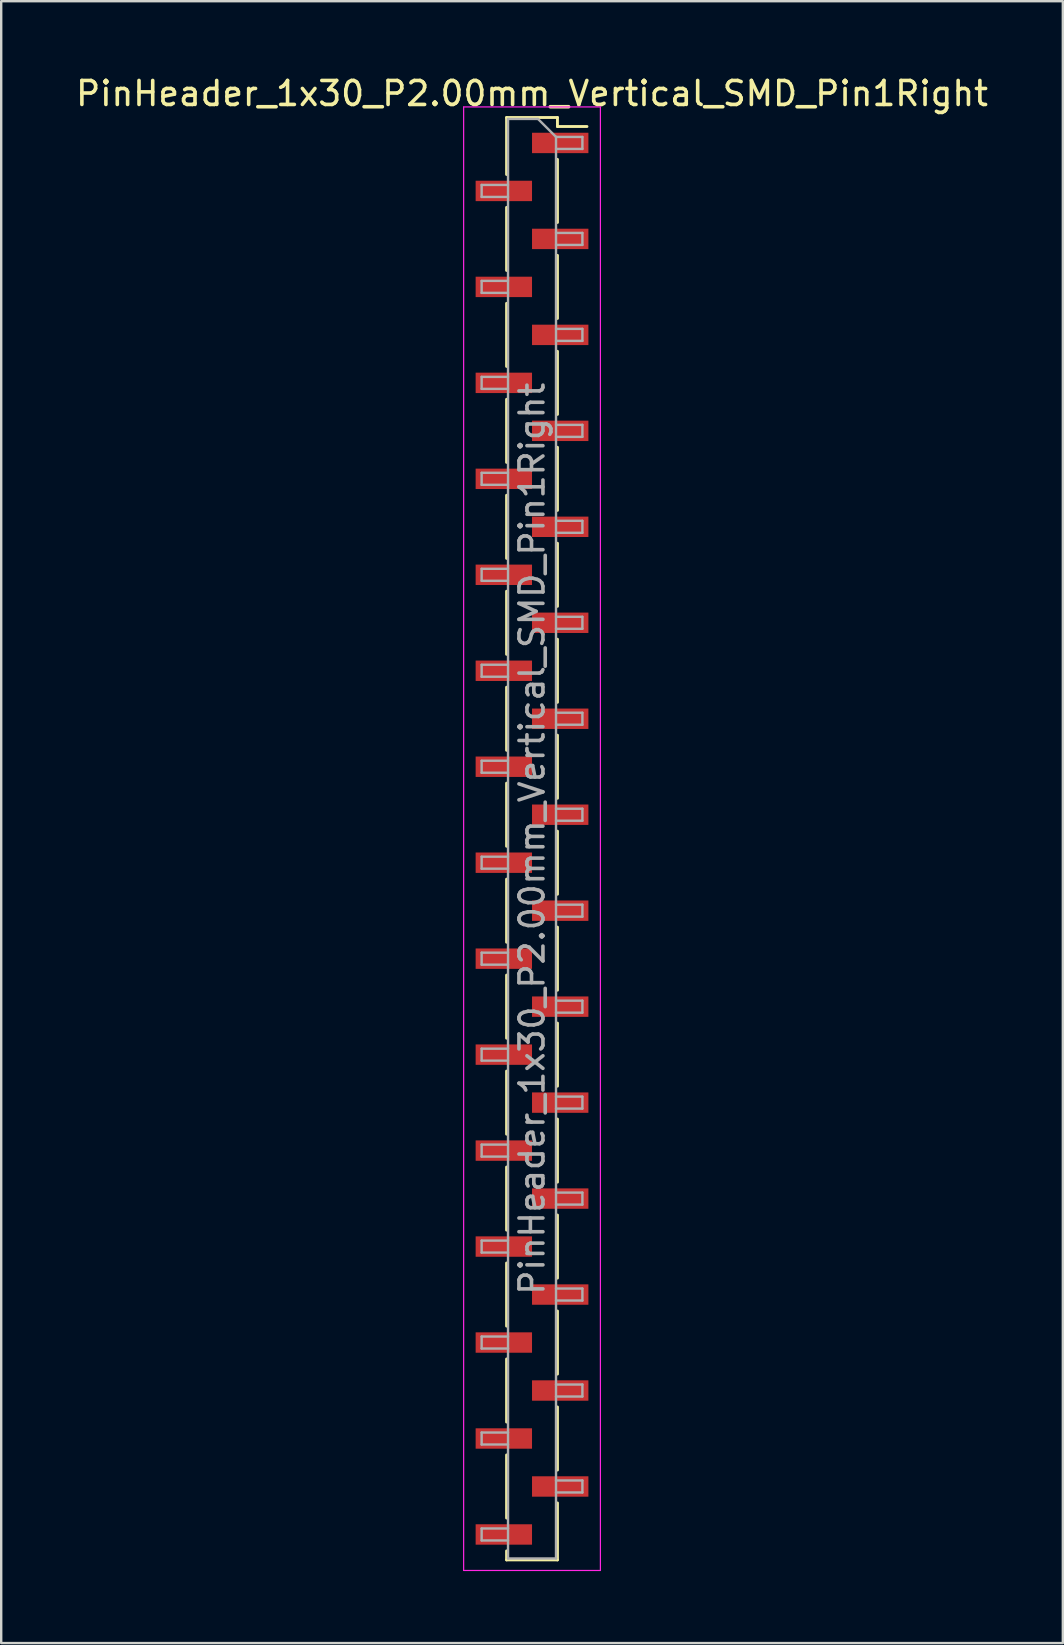
<source format=kicad_pcb>
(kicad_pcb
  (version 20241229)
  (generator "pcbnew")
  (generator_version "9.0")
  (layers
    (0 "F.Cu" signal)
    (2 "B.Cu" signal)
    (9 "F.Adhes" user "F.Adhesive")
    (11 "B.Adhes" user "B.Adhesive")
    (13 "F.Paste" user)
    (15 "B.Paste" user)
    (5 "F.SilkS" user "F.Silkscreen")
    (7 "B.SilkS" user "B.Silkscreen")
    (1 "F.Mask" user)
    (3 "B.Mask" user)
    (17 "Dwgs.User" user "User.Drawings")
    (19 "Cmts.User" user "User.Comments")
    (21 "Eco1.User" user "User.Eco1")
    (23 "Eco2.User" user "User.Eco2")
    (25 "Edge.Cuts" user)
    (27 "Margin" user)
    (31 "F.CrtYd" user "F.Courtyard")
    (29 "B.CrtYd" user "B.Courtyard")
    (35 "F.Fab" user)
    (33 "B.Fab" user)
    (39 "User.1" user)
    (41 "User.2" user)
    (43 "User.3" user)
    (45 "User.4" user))
  (footprint "PinHeader_1x30_P2.00mm_Vertical_SMD_Pin1Right"
    (layer "F.Cu")
    (at 19.125 31.908)
    (property "Reference" "PinHeader_1x30_P2.00mm_Vertical_SMD_Pin1Right" (at 0 -31.06 0) (layer "F.SilkS") (effects (font (size 1 1) (thickness 0.15))))
    (attr smd)
    (fp_line (start -1.06 -30.06) (end -1.06 -27.685) (stroke (width 0.12) (type solid)) (layer "F.SilkS"))
    (fp_line (start -1.06 -30.06) (end 1.06 -30.06) (stroke (width 0.12) (type solid)) (layer "F.SilkS"))
    (fp_line (start -1.06 -26.315) (end -1.06 -23.685) (stroke (width 0.12) (type solid)) (layer "F.SilkS"))
    (fp_line (start -1.06 -22.315) (end -1.06 -19.685) (stroke (width 0.12) (type solid)) (layer "F.SilkS"))
    (fp_line (start -1.06 -18.315) (end -1.06 -15.685) (stroke (width 0.12) (type solid)) (layer "F.SilkS"))
    (fp_line (start -1.06 -14.315) (end -1.06 -11.685) (stroke (width 0.12) (type solid)) (layer "F.SilkS"))
    (fp_line (start -1.06 -10.315) (end -1.06 -7.685) (stroke (width 0.12) (type solid)) (layer "F.SilkS"))
    (fp_line (start -1.06 -6.315) (end -1.06 -3.685) (stroke (width 0.12) (type solid)) (layer "F.SilkS"))
    (fp_line (start -1.06 -2.315) (end -1.06 0.315) (stroke (width 0.12) (type solid)) (layer "F.SilkS"))
    (fp_line (start -1.06 1.685) (end -1.06 4.315) (stroke (width 0.12) (type solid)) (layer "F.SilkS"))
    (fp_line (start -1.06 5.685) (end -1.06 8.315) (stroke (width 0.12) (type solid)) (layer "F.SilkS"))
    (fp_line (start -1.06 9.685) (end -1.06 12.315) (stroke (width 0.12) (type solid)) (layer "F.SilkS"))
    (fp_line (start -1.06 13.685) (end -1.06 16.315) (stroke (width 0.12) (type solid)) (layer "F.SilkS"))
    (fp_line (start -1.06 17.685) (end -1.06 20.315) (stroke (width 0.12) (type solid)) (layer "F.SilkS"))
    (fp_line (start -1.06 21.685) (end -1.06 24.315) (stroke (width 0.12) (type solid)) (layer "F.SilkS"))
    (fp_line (start -1.06 25.685) (end -1.06 28.315) (stroke (width 0.12) (type solid)) (layer "F.SilkS"))
    (fp_line (start -1.06 29.685) (end -1.06 30.06) (stroke (width 0.12) (type solid)) (layer "F.SilkS"))
    (fp_line (start -1.06 30.06) (end 1.06 30.06) (stroke (width 0.12) (type solid)) (layer "F.SilkS"))
    (fp_line (start 1.06 -30.06) (end 1.06 -29.685) (stroke (width 0.12) (type solid)) (layer "F.SilkS"))
    (fp_line (start 1.06 -29.685) (end 2.29 -29.685) (stroke (width 0.12) (type solid)) (layer "F.SilkS"))
    (fp_line (start 1.06 -28.315) (end 1.06 -25.685) (stroke (width 0.12) (type solid)) (layer "F.SilkS"))
    (fp_line (start 1.06 -24.315) (end 1.06 -21.685) (stroke (width 0.12) (type solid)) (layer "F.SilkS"))
    (fp_line (start 1.06 -20.315) (end 1.06 -17.685) (stroke (width 0.12) (type solid)) (layer "F.SilkS"))
    (fp_line (start 1.06 -16.315) (end 1.06 -13.685) (stroke (width 0.12) (type solid)) (layer "F.SilkS"))
    (fp_line (start 1.06 -12.315) (end 1.06 -9.685) (stroke (width 0.12) (type solid)) (layer "F.SilkS"))
    (fp_line (start 1.06 -8.315) (end 1.06 -5.685) (stroke (width 0.12) (type solid)) (layer "F.SilkS"))
    (fp_line (start 1.06 -4.315) (end 1.06 -1.685) (stroke (width 0.12) (type solid)) (layer "F.SilkS"))
    (fp_line (start 1.06 -0.315) (end 1.06 2.315) (stroke (width 0.12) (type solid)) (layer "F.SilkS"))
    (fp_line (start 1.06 3.685) (end 1.06 6.315) (stroke (width 0.12) (type solid)) (layer "F.SilkS"))
    (fp_line (start 1.06 7.685) (end 1.06 10.315) (stroke (width 0.12) (type solid)) (layer "F.SilkS"))
    (fp_line (start 1.06 11.685) (end 1.06 14.315) (stroke (width 0.12) (type solid)) (layer "F.SilkS"))
    (fp_line (start 1.06 15.685) (end 1.06 18.315) (stroke (width 0.12) (type solid)) (layer "F.SilkS"))
    (fp_line (start 1.06 19.685) (end 1.06 22.315) (stroke (width 0.12) (type solid)) (layer "F.SilkS"))
    (fp_line (start 1.06 23.685) (end 1.06 26.315) (stroke (width 0.12) (type solid)) (layer "F.SilkS"))
    (fp_line (start 1.06 27.685) (end 1.06 30.06) (stroke (width 0.12) (type solid)) (layer "F.SilkS"))
    (fp_line (start -2.85 -30.5) (end -2.85 30.5) (stroke (width 0.05) (type solid)) (layer "F.CrtYd"))
    (fp_line (start -2.85 30.5) (end 2.85 30.5) (stroke (width 0.05) (type solid)) (layer "F.CrtYd"))
    (fp_line (start 2.85 -30.5) (end -2.85 -30.5) (stroke (width 0.05) (type solid)) (layer "F.CrtYd"))
    (fp_line (start 2.85 30.5) (end 2.85 -30.5) (stroke (width 0.05) (type solid)) (layer "F.CrtYd"))
    (fp_line (start -2.1 -27.25) (end -2.1 -26.75) (stroke (width 0.1) (type solid)) (layer "F.Fab"))
    (fp_line (start -2.1 -26.75) (end -1 -26.75) (stroke (width 0.1) (type solid)) (layer "F.Fab"))
    (fp_line (start -2.1 -23.25) (end -2.1 -22.75) (stroke (width 0.1) (type solid)) (layer "F.Fab"))
    (fp_line (start -2.1 -22.75) (end -1 -22.75) (stroke (width 0.1) (type solid)) (layer "F.Fab"))
    (fp_line (start -2.1 -19.25) (end -2.1 -18.75) (stroke (width 0.1) (type solid)) (layer "F.Fab"))
    (fp_line (start -2.1 -18.75) (end -1 -18.75) (stroke (width 0.1) (type solid)) (layer "F.Fab"))
    (fp_line (start -2.1 -15.25) (end -2.1 -14.75) (stroke (width 0.1) (type solid)) (layer "F.Fab"))
    (fp_line (start -2.1 -14.75) (end -1 -14.75) (stroke (width 0.1) (type solid)) (layer "F.Fab"))
    (fp_line (start -2.1 -11.25) (end -2.1 -10.75) (stroke (width 0.1) (type solid)) (layer "F.Fab"))
    (fp_line (start -2.1 -10.75) (end -1 -10.75) (stroke (width 0.1) (type solid)) (layer "F.Fab"))
    (fp_line (start -2.1 -7.25) (end -2.1 -6.75) (stroke (width 0.1) (type solid)) (layer "F.Fab"))
    (fp_line (start -2.1 -6.75) (end -1 -6.75) (stroke (width 0.1) (type solid)) (layer "F.Fab"))
    (fp_line (start -2.1 -3.25) (end -2.1 -2.75) (stroke (width 0.1) (type solid)) (layer "F.Fab"))
    (fp_line (start -2.1 -2.75) (end -1 -2.75) (stroke (width 0.1) (type solid)) (layer "F.Fab"))
    (fp_line (start -2.1 0.75) (end -2.1 1.25) (stroke (width 0.1) (type solid)) (layer "F.Fab"))
    (fp_line (start -2.1 1.25) (end -1 1.25) (stroke (width 0.1) (type solid)) (layer "F.Fab"))
    (fp_line (start -2.1 4.75) (end -2.1 5.25) (stroke (width 0.1) (type solid)) (layer "F.Fab"))
    (fp_line (start -2.1 5.25) (end -1 5.25) (stroke (width 0.1) (type solid)) (layer "F.Fab"))
    (fp_line (start -2.1 8.75) (end -2.1 9.25) (stroke (width 0.1) (type solid)) (layer "F.Fab"))
    (fp_line (start -2.1 9.25) (end -1 9.25) (stroke (width 0.1) (type solid)) (layer "F.Fab"))
    (fp_line (start -2.1 12.75) (end -2.1 13.25) (stroke (width 0.1) (type solid)) (layer "F.Fab"))
    (fp_line (start -2.1 13.25) (end -1 13.25) (stroke (width 0.1) (type solid)) (layer "F.Fab"))
    (fp_line (start -2.1 16.75) (end -2.1 17.25) (stroke (width 0.1) (type solid)) (layer "F.Fab"))
    (fp_line (start -2.1 17.25) (end -1 17.25) (stroke (width 0.1) (type solid)) (layer "F.Fab"))
    (fp_line (start -2.1 20.75) (end -2.1 21.25) (stroke (width 0.1) (type solid)) (layer "F.Fab"))
    (fp_line (start -2.1 21.25) (end -1 21.25) (stroke (width 0.1) (type solid)) (layer "F.Fab"))
    (fp_line (start -2.1 24.75) (end -2.1 25.25) (stroke (width 0.1) (type solid)) (layer "F.Fab"))
    (fp_line (start -2.1 25.25) (end -1 25.25) (stroke (width 0.1) (type solid)) (layer "F.Fab"))
    (fp_line (start -2.1 28.75) (end -2.1 29.25) (stroke (width 0.1) (type solid)) (layer "F.Fab"))
    (fp_line (start -2.1 29.25) (end -1 29.25) (stroke (width 0.1) (type solid)) (layer "F.Fab"))
    (fp_line (start -1 -30) (end -1 30) (stroke (width 0.1) (type solid)) (layer "F.Fab"))
    (fp_line (start -1 -30) (end 0.25 -30) (stroke (width 0.1) (type solid)) (layer "F.Fab"))
    (fp_line (start -1 -27.25) (end -2.1 -27.25) (stroke (width 0.1) (type solid)) (layer "F.Fab"))
    (fp_line (start -1 -23.25) (end -2.1 -23.25) (stroke (width 0.1) (type solid)) (layer "F.Fab"))
    (fp_line (start -1 -19.25) (end -2.1 -19.25) (stroke (width 0.1) (type solid)) (layer "F.Fab"))
    (fp_line (start -1 -15.25) (end -2.1 -15.25) (stroke (width 0.1) (type solid)) (layer "F.Fab"))
    (fp_line (start -1 -11.25) (end -2.1 -11.25) (stroke (width 0.1) (type solid)) (layer "F.Fab"))
    (fp_line (start -1 -7.25) (end -2.1 -7.25) (stroke (width 0.1) (type solid)) (layer "F.Fab"))
    (fp_line (start -1 -3.25) (end -2.1 -3.25) (stroke (width 0.1) (type solid)) (layer "F.Fab"))
    (fp_line (start -1 0.75) (end -2.1 0.75) (stroke (width 0.1) (type solid)) (layer "F.Fab"))
    (fp_line (start -1 4.75) (end -2.1 4.75) (stroke (width 0.1) (type solid)) (layer "F.Fab"))
    (fp_line (start -1 8.75) (end -2.1 8.75) (stroke (width 0.1) (type solid)) (layer "F.Fab"))
    (fp_line (start -1 12.75) (end -2.1 12.75) (stroke (width 0.1) (type solid)) (layer "F.Fab"))
    (fp_line (start -1 16.75) (end -2.1 16.75) (stroke (width 0.1) (type solid)) (layer "F.Fab"))
    (fp_line (start -1 20.75) (end -2.1 20.75) (stroke (width 0.1) (type solid)) (layer "F.Fab"))
    (fp_line (start -1 24.75) (end -2.1 24.75) (stroke (width 0.1) (type solid)) (layer "F.Fab"))
    (fp_line (start -1 28.75) (end -2.1 28.75) (stroke (width 0.1) (type solid)) (layer "F.Fab"))
    (fp_line (start 1 -29.25) (end 0.25 -30) (stroke (width 0.1) (type solid)) (layer "F.Fab"))
    (fp_line (start 1 -29.25) (end 2.1 -29.25) (stroke (width 0.1) (type solid)) (layer "F.Fab"))
    (fp_line (start 1 -25.25) (end 2.1 -25.25) (stroke (width 0.1) (type solid)) (layer "F.Fab"))
    (fp_line (start 1 -21.25) (end 2.1 -21.25) (stroke (width 0.1) (type solid)) (layer "F.Fab"))
    (fp_line (start 1 -17.25) (end 2.1 -17.25) (stroke (width 0.1) (type solid)) (layer "F.Fab"))
    (fp_line (start 1 -13.25) (end 2.1 -13.25) (stroke (width 0.1) (type solid)) (layer "F.Fab"))
    (fp_line (start 1 -9.25) (end 2.1 -9.25) (stroke (width 0.1) (type solid)) (layer "F.Fab"))
    (fp_line (start 1 -5.25) (end 2.1 -5.25) (stroke (width 0.1) (type solid)) (layer "F.Fab"))
    (fp_line (start 1 -1.25) (end 2.1 -1.25) (stroke (width 0.1) (type solid)) (layer "F.Fab"))
    (fp_line (start 1 2.75) (end 2.1 2.75) (stroke (width 0.1) (type solid)) (layer "F.Fab"))
    (fp_line (start 1 6.75) (end 2.1 6.75) (stroke (width 0.1) (type solid)) (layer "F.Fab"))
    (fp_line (start 1 10.75) (end 2.1 10.75) (stroke (width 0.1) (type solid)) (layer "F.Fab"))
    (fp_line (start 1 14.75) (end 2.1 14.75) (stroke (width 0.1) (type solid)) (layer "F.Fab"))
    (fp_line (start 1 18.75) (end 2.1 18.75) (stroke (width 0.1) (type solid)) (layer "F.Fab"))
    (fp_line (start 1 22.75) (end 2.1 22.75) (stroke (width 0.1) (type solid)) (layer "F.Fab"))
    (fp_line (start 1 26.75) (end 2.1 26.75) (stroke (width 0.1) (type solid)) (layer "F.Fab"))
    (fp_line (start 1 30) (end -1 30) (stroke (width 0.1) (type solid)) (layer "F.Fab"))
    (fp_line (start 1 30) (end 1 -29.25) (stroke (width 0.1) (type solid)) (layer "F.Fab"))
    (fp_line (start 2.1 -29.25) (end 2.1 -28.75) (stroke (width 0.1) (type solid)) (layer "F.Fab"))
    (fp_line (start 2.1 -28.75) (end 1 -28.75) (stroke (width 0.1) (type solid)) (layer "F.Fab"))
    (fp_line (start 2.1 -25.25) (end 2.1 -24.75) (stroke (width 0.1) (type solid)) (layer "F.Fab"))
    (fp_line (start 2.1 -24.75) (end 1 -24.75) (stroke (width 0.1) (type solid)) (layer "F.Fab"))
    (fp_line (start 2.1 -21.25) (end 2.1 -20.75) (stroke (width 0.1) (type solid)) (layer "F.Fab"))
    (fp_line (start 2.1 -20.75) (end 1 -20.75) (stroke (width 0.1) (type solid)) (layer "F.Fab"))
    (fp_line (start 2.1 -17.25) (end 2.1 -16.75) (stroke (width 0.1) (type solid)) (layer "F.Fab"))
    (fp_line (start 2.1 -16.75) (end 1 -16.75) (stroke (width 0.1) (type solid)) (layer "F.Fab"))
    (fp_line (start 2.1 -13.25) (end 2.1 -12.75) (stroke (width 0.1) (type solid)) (layer "F.Fab"))
    (fp_line (start 2.1 -12.75) (end 1 -12.75) (stroke (width 0.1) (type solid)) (layer "F.Fab"))
    (fp_line (start 2.1 -9.25) (end 2.1 -8.75) (stroke (width 0.1) (type solid)) (layer "F.Fab"))
    (fp_line (start 2.1 -8.75) (end 1 -8.75) (stroke (width 0.1) (type solid)) (layer "F.Fab"))
    (fp_line (start 2.1 -5.25) (end 2.1 -4.75) (stroke (width 0.1) (type solid)) (layer "F.Fab"))
    (fp_line (start 2.1 -4.75) (end 1 -4.75) (stroke (width 0.1) (type solid)) (layer "F.Fab"))
    (fp_line (start 2.1 -1.25) (end 2.1 -0.75) (stroke (width 0.1) (type solid)) (layer "F.Fab"))
    (fp_line (start 2.1 -0.75) (end 1 -0.75) (stroke (width 0.1) (type solid)) (layer "F.Fab"))
    (fp_line (start 2.1 2.75) (end 2.1 3.25) (stroke (width 0.1) (type solid)) (layer "F.Fab"))
    (fp_line (start 2.1 3.25) (end 1 3.25) (stroke (width 0.1) (type solid)) (layer "F.Fab"))
    (fp_line (start 2.1 6.75) (end 2.1 7.25) (stroke (width 0.1) (type solid)) (layer "F.Fab"))
    (fp_line (start 2.1 7.25) (end 1 7.25) (stroke (width 0.1) (type solid)) (layer "F.Fab"))
    (fp_line (start 2.1 10.75) (end 2.1 11.25) (stroke (width 0.1) (type solid)) (layer "F.Fab"))
    (fp_line (start 2.1 11.25) (end 1 11.25) (stroke (width 0.1) (type solid)) (layer "F.Fab"))
    (fp_line (start 2.1 14.75) (end 2.1 15.25) (stroke (width 0.1) (type solid)) (layer "F.Fab"))
    (fp_line (start 2.1 15.25) (end 1 15.25) (stroke (width 0.1) (type solid)) (layer "F.Fab"))
    (fp_line (start 2.1 18.75) (end 2.1 19.25) (stroke (width 0.1) (type solid)) (layer "F.Fab"))
    (fp_line (start 2.1 19.25) (end 1 19.25) (stroke (width 0.1) (type solid)) (layer "F.Fab"))
    (fp_line (start 2.1 22.75) (end 2.1 23.25) (stroke (width 0.1) (type solid)) (layer "F.Fab"))
    (fp_line (start 2.1 23.25) (end 1 23.25) (stroke (width 0.1) (type solid)) (layer "F.Fab"))
    (fp_line (start 2.1 26.75) (end 2.1 27.25) (stroke (width 0.1) (type solid)) (layer "F.Fab"))
    (fp_line (start 2.1 27.25) (end 1 27.25) (stroke (width 0.1) (type solid)) (layer "F.Fab"))
    (fp_text user "${REFERENCE}" (at 0 0 90) (layer "F.Fab") (effects (font (size 1 1) (thickness 0.15))))
    (pad "1" smd rect (at 1.175 -29) (size 2.35 0.85) (layers "F.Cu" "F.Mask" "F.Paste"))
    (pad "2" smd rect (at -1.175 -27) (size 2.35 0.85) (layers "F.Cu" "F.Mask" "F.Paste"))
    (pad "3" smd rect (at 1.175 -25) (size 2.35 0.85) (layers "F.Cu" "F.Mask" "F.Paste"))
    (pad "4" smd rect (at -1.175 -23) (size 2.35 0.85) (layers "F.Cu" "F.Mask" "F.Paste"))
    (pad "5" smd rect (at 1.175 -21) (size 2.35 0.85) (layers "F.Cu" "F.Mask" "F.Paste"))
    (pad "6" smd rect (at -1.175 -19) (size 2.35 0.85) (layers "F.Cu" "F.Mask" "F.Paste"))
    (pad "7" smd rect (at 1.175 -17) (size 2.35 0.85) (layers "F.Cu" "F.Mask" "F.Paste"))
    (pad "8" smd rect (at -1.175 -15) (size 2.35 0.85) (layers "F.Cu" "F.Mask" "F.Paste"))
    (pad "9" smd rect (at 1.175 -13) (size 2.35 0.85) (layers "F.Cu" "F.Mask" "F.Paste"))
    (pad "10" smd rect (at -1.175 -11) (size 2.35 0.85) (layers "F.Cu" "F.Mask" "F.Paste"))
    (pad "11" smd rect (at 1.175 -9) (size 2.35 0.85) (layers "F.Cu" "F.Mask" "F.Paste"))
    (pad "12" smd rect (at -1.175 -7) (size 2.35 0.85) (layers "F.Cu" "F.Mask" "F.Paste"))
    (pad "13" smd rect (at 1.175 -5) (size 2.35 0.85) (layers "F.Cu" "F.Mask" "F.Paste"))
    (pad "14" smd rect (at -1.175 -3) (size 2.35 0.85) (layers "F.Cu" "F.Mask" "F.Paste"))
    (pad "15" smd rect (at 1.175 -1) (size 2.35 0.85) (layers "F.Cu" "F.Mask" "F.Paste"))
    (pad "16" smd rect (at -1.175 1) (size 2.35 0.85) (layers "F.Cu" "F.Mask" "F.Paste"))
    (pad "17" smd rect (at 1.175 3) (size 2.35 0.85) (layers "F.Cu" "F.Mask" "F.Paste"))
    (pad "18" smd rect (at -1.175 5) (size 2.35 0.85) (layers "F.Cu" "F.Mask" "F.Paste"))
    (pad "19" smd rect (at 1.175 7) (size 2.35 0.85) (layers "F.Cu" "F.Mask" "F.Paste"))
    (pad "20" smd rect (at -1.175 9) (size 2.35 0.85) (layers "F.Cu" "F.Mask" "F.Paste"))
    (pad "21" smd rect (at 1.175 11) (size 2.35 0.85) (layers "F.Cu" "F.Mask" "F.Paste"))
    (pad "22" smd rect (at -1.175 13) (size 2.35 0.85) (layers "F.Cu" "F.Mask" "F.Paste"))
    (pad "23" smd rect (at 1.175 15) (size 2.35 0.85) (layers "F.Cu" "F.Mask" "F.Paste"))
    (pad "24" smd rect (at -1.175 17) (size 2.35 0.85) (layers "F.Cu" "F.Mask" "F.Paste"))
    (pad "25" smd rect (at 1.175 19) (size 2.35 0.85) (layers "F.Cu" "F.Mask" "F.Paste"))
    (pad "26" smd rect (at -1.175 21) (size 2.35 0.85) (layers "F.Cu" "F.Mask" "F.Paste"))
    (pad "27" smd rect (at 1.175 23) (size 2.35 0.85) (layers "F.Cu" "F.Mask" "F.Paste"))
    (pad "28" smd rect (at -1.175 25) (size 2.35 0.85) (layers "F.Cu" "F.Mask" "F.Paste"))
    (pad "29" smd rect (at 1.175 27) (size 2.35 0.85) (layers "F.Cu" "F.Mask" "F.Paste"))
    (pad "30" smd rect (at -1.175 29) (size 2.35 0.85) (layers "F.Cu" "F.Mask" "F.Paste")))
  (gr_rect
    (start -3 -3)
    (end 41.25 65.433)
    (stroke (width 0.1) (type default))
    (fill no)
    (layer "Edge.Cuts")))
</source>
